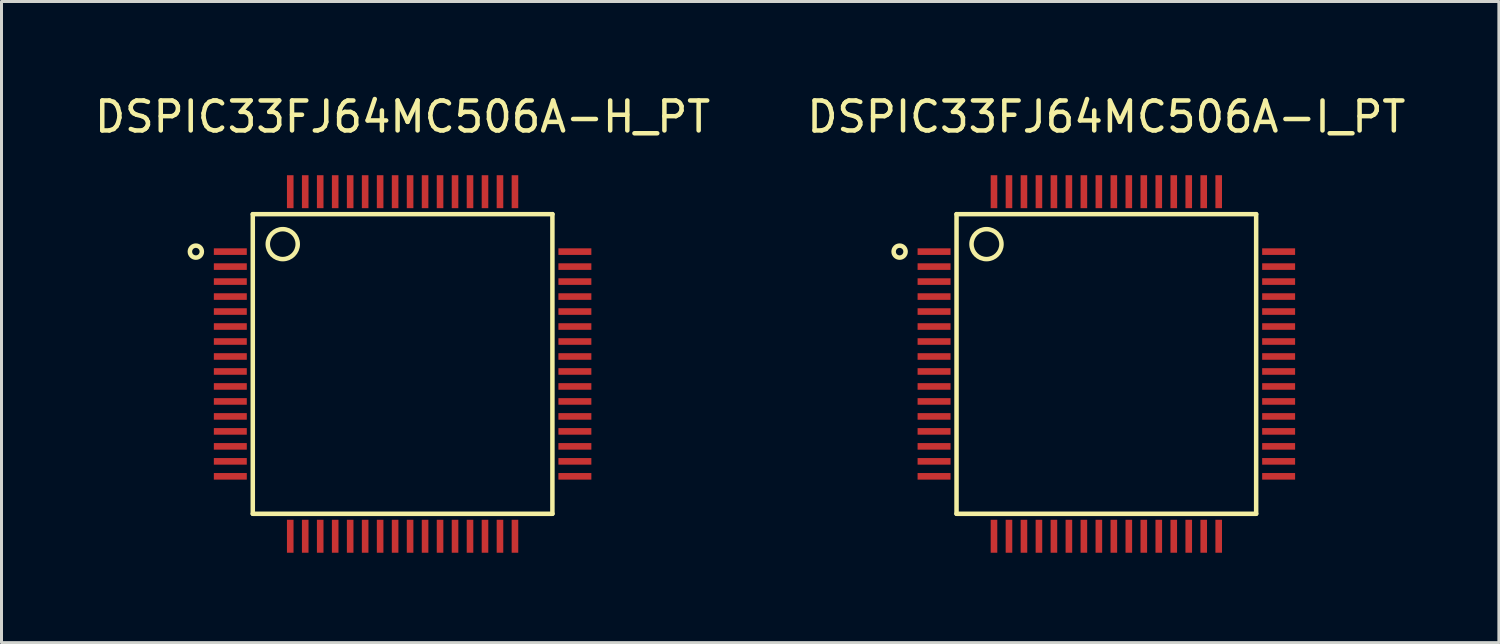
<source format=kicad_pcb>
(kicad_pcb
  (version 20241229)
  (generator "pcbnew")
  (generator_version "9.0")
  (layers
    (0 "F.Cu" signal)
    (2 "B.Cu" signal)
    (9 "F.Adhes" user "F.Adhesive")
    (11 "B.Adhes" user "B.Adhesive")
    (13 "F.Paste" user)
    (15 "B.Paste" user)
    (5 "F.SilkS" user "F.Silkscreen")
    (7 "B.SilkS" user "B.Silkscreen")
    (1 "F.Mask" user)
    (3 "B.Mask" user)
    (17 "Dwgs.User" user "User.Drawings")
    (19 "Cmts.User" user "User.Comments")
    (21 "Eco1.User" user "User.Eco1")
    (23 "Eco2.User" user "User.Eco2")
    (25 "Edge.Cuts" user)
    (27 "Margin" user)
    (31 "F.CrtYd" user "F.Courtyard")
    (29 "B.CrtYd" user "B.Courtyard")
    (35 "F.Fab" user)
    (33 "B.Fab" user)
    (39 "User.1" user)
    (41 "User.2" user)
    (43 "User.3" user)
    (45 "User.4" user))
  (footprint "DSPIC33FJ64MC506A-I_PT"
    (layer "F.Cu")
    (at 28.125 3.348)
    (property "Reference" "DSPIC33FJ64MC506A-I_PT" (at 5.75 -2.5 0) (layer "F.SilkS") (effects (font (size 1 1) (thickness 0.15))))
    (attr through_hole)
    (fp_line (start 0.75 0.75) (end 0.75 10.75) (stroke (width 0.15) (type solid)) (layer "F.SilkS"))
    (fp_line (start 0.75 0.75) (end 10.75 0.75) (stroke (width 0.15) (type solid)) (layer "F.SilkS"))
    (fp_line (start 0.75 10.75) (end 10.75 10.75) (stroke (width 0.15) (type solid)) (layer "F.SilkS"))
    (fp_line (start 10.75 10.75) (end 10.75 0.75) (stroke (width 0.15) (type solid)) (layer "F.SilkS"))
    (fp_circle (center -1.15 2) (end -1.15 1.8) (stroke (width 0.15) (type solid)) (fill no) (layer "F.SilkS"))
    (fp_circle (center 1.75 1.75) (end 1.75 1.25) (stroke (width 0.15) (type solid)) (fill no) (layer "F.SilkS"))
    (pad "1" smd rect (at 0 2) (size 1.1 0.22) (layers "F.Cu" "F.Mask" "F.Paste"))
    (pad "2" smd rect (at 0 2.5) (size 1.1 0.22) (layers "F.Cu" "F.Mask" "F.Paste"))
    (pad "3" smd rect (at 0 3) (size 1.1 0.22) (layers "F.Cu" "F.Mask" "F.Paste"))
    (pad "4" smd rect (at 0 3.5) (size 1.1 0.22) (layers "F.Cu" "F.Mask" "F.Paste"))
    (pad "5" smd rect (at 0 4) (size 1.1 0.22) (layers "F.Cu" "F.Mask" "F.Paste"))
    (pad "6" smd rect (at 0 4.5) (size 1.1 0.22) (layers "F.Cu" "F.Mask" "F.Paste"))
    (pad "7" smd rect (at 0 5) (size 1.1 0.22) (layers "F.Cu" "F.Mask" "F.Paste"))
    (pad "8" smd rect (at 0 5.5) (size 1.1 0.22) (layers "F.Cu" "F.Mask" "F.Paste"))
    (pad "9" smd rect (at 0 6) (size 1.1 0.22) (layers "F.Cu" "F.Mask" "F.Paste"))
    (pad "10" smd rect (at 0 6.5) (size 1.1 0.22) (layers "F.Cu" "F.Mask" "F.Paste"))
    (pad "11" smd rect (at 0 7) (size 1.1 0.22) (layers "F.Cu" "F.Mask" "F.Paste"))
    (pad "12" smd rect (at 0 7.5) (size 1.1 0.22) (layers "F.Cu" "F.Mask" "F.Paste"))
    (pad "13" smd rect (at 0 8) (size 1.1 0.22) (layers "F.Cu" "F.Mask" "F.Paste"))
    (pad "14" smd rect (at 0 8.5) (size 1.1 0.22) (layers "F.Cu" "F.Mask" "F.Paste"))
    (pad "15" smd rect (at 0 9) (size 1.1 0.22) (layers "F.Cu" "F.Mask" "F.Paste"))
    (pad "16" smd rect (at 0 9.5) (size 1.1 0.22) (layers "F.Cu" "F.Mask" "F.Paste"))
    (pad "17" smd rect (at 2 11.5) (size 0.22 1.1) (layers "F.Cu" "F.Mask" "F.Paste"))
    (pad "18" smd rect (at 2.5 11.5) (size 0.22 1.1) (layers "F.Cu" "F.Mask" "F.Paste"))
    (pad "19" smd rect (at 3 11.5) (size 0.22 1.1) (layers "F.Cu" "F.Mask" "F.Paste"))
    (pad "20" smd rect (at 3.5 11.5) (size 0.22 1.1) (layers "F.Cu" "F.Mask" "F.Paste"))
    (pad "21" smd rect (at 4 11.5) (size 0.22 1.1) (layers "F.Cu" "F.Mask" "F.Paste"))
    (pad "22" smd rect (at 4.5 11.5) (size 0.22 1.1) (layers "F.Cu" "F.Mask" "F.Paste"))
    (pad "23" smd rect (at 5 11.5) (size 0.22 1.1) (layers "F.Cu" "F.Mask" "F.Paste"))
    (pad "24" smd rect (at 5.5 11.5) (size 0.22 1.1) (layers "F.Cu" "F.Mask" "F.Paste"))
    (pad "25" smd rect (at 6 11.5) (size 0.22 1.1) (layers "F.Cu" "F.Mask" "F.Paste"))
    (pad "26" smd rect (at 6.5 11.5) (size 0.22 1.1) (layers "F.Cu" "F.Mask" "F.Paste"))
    (pad "27" smd rect (at 7 11.5) (size 0.22 1.1) (layers "F.Cu" "F.Mask" "F.Paste"))
    (pad "28" smd rect (at 7.5 11.5) (size 0.22 1.1) (layers "F.Cu" "F.Mask" "F.Paste"))
    (pad "29" smd rect (at 8 11.5) (size 0.22 1.1) (layers "F.Cu" "F.Mask" "F.Paste"))
    (pad "30" smd rect (at 8.5 11.5) (size 0.22 1.1) (layers "F.Cu" "F.Mask" "F.Paste"))
    (pad "31" smd rect (at 9 11.5) (size 0.22 1.1) (layers "F.Cu" "F.Mask" "F.Paste"))
    (pad "32" smd rect (at 9.5 11.5) (size 0.22 1.1) (layers "F.Cu" "F.Mask" "F.Paste"))
    (pad "33" smd rect (at 11.5 9.5) (size 1.1 0.22) (layers "F.Cu" "F.Mask" "F.Paste"))
    (pad "34" smd rect (at 11.5 9) (size 1.1 0.22) (layers "F.Cu" "F.Mask" "F.Paste"))
    (pad "35" smd rect (at 11.5 8.5) (size 1.1 0.22) (layers "F.Cu" "F.Mask" "F.Paste"))
    (pad "36" smd rect (at 11.5 8) (size 1.1 0.22) (layers "F.Cu" "F.Mask" "F.Paste"))
    (pad "37" smd rect (at 11.5 7.5) (size 1.1 0.22) (layers "F.Cu" "F.Mask" "F.Paste"))
    (pad "38" smd rect (at 11.5 7) (size 1.1 0.22) (layers "F.Cu" "F.Mask" "F.Paste"))
    (pad "39" smd rect (at 11.5 6.5) (size 1.1 0.22) (layers "F.Cu" "F.Mask" "F.Paste"))
    (pad "40" smd rect (at 11.5 6) (size 1.1 0.22) (layers "F.Cu" "F.Mask" "F.Paste"))
    (pad "41" smd rect (at 11.5 5.5) (size 1.1 0.22) (layers "F.Cu" "F.Mask" "F.Paste"))
    (pad "42" smd rect (at 11.5 5) (size 1.1 0.22) (layers "F.Cu" "F.Mask" "F.Paste"))
    (pad "43" smd rect (at 11.5 4.5) (size 1.1 0.22) (layers "F.Cu" "F.Mask" "F.Paste"))
    (pad "44" smd rect (at 11.5 4) (size 1.1 0.22) (layers "F.Cu" "F.Mask" "F.Paste"))
    (pad "45" smd rect (at 11.5 3.5) (size 1.1 0.22) (layers "F.Cu" "F.Mask" "F.Paste"))
    (pad "46" smd rect (at 11.5 3) (size 1.1 0.22) (layers "F.Cu" "F.Mask" "F.Paste"))
    (pad "47" smd rect (at 11.5 2.5) (size 1.1 0.22) (layers "F.Cu" "F.Mask" "F.Paste"))
    (pad "48" smd rect (at 11.5 2) (size 1.1 0.22) (layers "F.Cu" "F.Mask" "F.Paste"))
    (pad "49" smd rect (at 9.5 0) (size 0.22 1.1) (layers "F.Cu" "F.Mask" "F.Paste"))
    (pad "50" smd rect (at 9 0) (size 0.22 1.1) (layers "F.Cu" "F.Mask" "F.Paste"))
    (pad "51" smd rect (at 8.5 0) (size 0.22 1.1) (layers "F.Cu" "F.Mask" "F.Paste"))
    (pad "52" smd rect (at 8 0) (size 0.22 1.1) (layers "F.Cu" "F.Mask" "F.Paste"))
    (pad "53" smd rect (at 7.5 0) (size 0.22 1.1) (layers "F.Cu" "F.Mask" "F.Paste"))
    (pad "54" smd rect (at 7 0) (size 0.22 1.1) (layers "F.Cu" "F.Mask" "F.Paste"))
    (pad "55" smd rect (at 6.5 0) (size 0.22 1.1) (layers "F.Cu" "F.Mask" "F.Paste"))
    (pad "56" smd rect (at 6 0) (size 0.22 1.1) (layers "F.Cu" "F.Mask" "F.Paste"))
    (pad "57" smd rect (at 5.5 0) (size 0.22 1.1) (layers "F.Cu" "F.Mask" "F.Paste"))
    (pad "58" smd rect (at 5 0) (size 0.22 1.1) (layers "F.Cu" "F.Mask" "F.Paste"))
    (pad "59" smd rect (at 4.5 0) (size 0.22 1.1) (layers "F.Cu" "F.Mask" "F.Paste"))
    (pad "60" smd rect (at 4 0) (size 0.22 1.1) (layers "F.Cu" "F.Mask" "F.Paste"))
    (pad "61" smd rect (at 3.5 0) (size 0.22 1.1) (layers "F.Cu" "F.Mask" "F.Paste"))
    (pad "62" smd rect (at 3 0) (size 0.22 1.1) (layers "F.Cu" "F.Mask" "F.Paste"))
    (pad "63" smd rect (at 2.5 0) (size 0.22 1.1) (layers "F.Cu" "F.Mask" "F.Paste"))
    (pad "64" smd rect (at 2 0) (size 0.22 1.1) (layers "F.Cu" "F.Mask" "F.Paste")))
  (footprint "DSPIC33FJ64MC506A-H_PT"
    (layer "F.Cu")
    (at 4.637 3.348)
    (property "Reference" "DSPIC33FJ64MC506A-H_PT" (at 5.75 -2.5 0) (layer "F.SilkS") (effects (font (size 1 1) (thickness 0.15))))
    (attr through_hole)
    (fp_line (start 0.75 0.75) (end 0.75 10.75) (stroke (width 0.15) (type solid)) (layer "F.SilkS"))
    (fp_line (start 0.75 0.75) (end 10.75 0.75) (stroke (width 0.15) (type solid)) (layer "F.SilkS"))
    (fp_line (start 0.75 10.75) (end 10.75 10.75) (stroke (width 0.15) (type solid)) (layer "F.SilkS"))
    (fp_line (start 10.75 10.75) (end 10.75 0.75) (stroke (width 0.15) (type solid)) (layer "F.SilkS"))
    (fp_circle (center -1.15 2) (end -1.15 1.8) (stroke (width 0.15) (type solid)) (fill no) (layer "F.SilkS"))
    (fp_circle (center 1.75 1.75) (end 1.75 1.25) (stroke (width 0.15) (type solid)) (fill no) (layer "F.SilkS"))
    (pad "1" smd rect (at 0 2) (size 1.1 0.22) (layers "F.Cu" "F.Mask" "F.Paste"))
    (pad "2" smd rect (at 0 2.5) (size 1.1 0.22) (layers "F.Cu" "F.Mask" "F.Paste"))
    (pad "3" smd rect (at 0 3) (size 1.1 0.22) (layers "F.Cu" "F.Mask" "F.Paste"))
    (pad "4" smd rect (at 0 3.5) (size 1.1 0.22) (layers "F.Cu" "F.Mask" "F.Paste"))
    (pad "5" smd rect (at 0 4) (size 1.1 0.22) (layers "F.Cu" "F.Mask" "F.Paste"))
    (pad "6" smd rect (at 0 4.5) (size 1.1 0.22) (layers "F.Cu" "F.Mask" "F.Paste"))
    (pad "7" smd rect (at 0 5) (size 1.1 0.22) (layers "F.Cu" "F.Mask" "F.Paste"))
    (pad "8" smd rect (at 0 5.5) (size 1.1 0.22) (layers "F.Cu" "F.Mask" "F.Paste"))
    (pad "9" smd rect (at 0 6) (size 1.1 0.22) (layers "F.Cu" "F.Mask" "F.Paste"))
    (pad "10" smd rect (at 0 6.5) (size 1.1 0.22) (layers "F.Cu" "F.Mask" "F.Paste"))
    (pad "11" smd rect (at 0 7) (size 1.1 0.22) (layers "F.Cu" "F.Mask" "F.Paste"))
    (pad "12" smd rect (at 0 7.5) (size 1.1 0.22) (layers "F.Cu" "F.Mask" "F.Paste"))
    (pad "13" smd rect (at 0 8) (size 1.1 0.22) (layers "F.Cu" "F.Mask" "F.Paste"))
    (pad "14" smd rect (at 0 8.5) (size 1.1 0.22) (layers "F.Cu" "F.Mask" "F.Paste"))
    (pad "15" smd rect (at 0 9) (size 1.1 0.22) (layers "F.Cu" "F.Mask" "F.Paste"))
    (pad "16" smd rect (at 0 9.5) (size 1.1 0.22) (layers "F.Cu" "F.Mask" "F.Paste"))
    (pad "17" smd rect (at 2 11.5) (size 0.22 1.1) (layers "F.Cu" "F.Mask" "F.Paste"))
    (pad "18" smd rect (at 2.5 11.5) (size 0.22 1.1) (layers "F.Cu" "F.Mask" "F.Paste"))
    (pad "19" smd rect (at 3 11.5) (size 0.22 1.1) (layers "F.Cu" "F.Mask" "F.Paste"))
    (pad "20" smd rect (at 3.5 11.5) (size 0.22 1.1) (layers "F.Cu" "F.Mask" "F.Paste"))
    (pad "21" smd rect (at 4 11.5) (size 0.22 1.1) (layers "F.Cu" "F.Mask" "F.Paste"))
    (pad "22" smd rect (at 4.5 11.5) (size 0.22 1.1) (layers "F.Cu" "F.Mask" "F.Paste"))
    (pad "23" smd rect (at 5 11.5) (size 0.22 1.1) (layers "F.Cu" "F.Mask" "F.Paste"))
    (pad "24" smd rect (at 5.5 11.5) (size 0.22 1.1) (layers "F.Cu" "F.Mask" "F.Paste"))
    (pad "25" smd rect (at 6 11.5) (size 0.22 1.1) (layers "F.Cu" "F.Mask" "F.Paste"))
    (pad "26" smd rect (at 6.5 11.5) (size 0.22 1.1) (layers "F.Cu" "F.Mask" "F.Paste"))
    (pad "27" smd rect (at 7 11.5) (size 0.22 1.1) (layers "F.Cu" "F.Mask" "F.Paste"))
    (pad "28" smd rect (at 7.5 11.5) (size 0.22 1.1) (layers "F.Cu" "F.Mask" "F.Paste"))
    (pad "29" smd rect (at 8 11.5) (size 0.22 1.1) (layers "F.Cu" "F.Mask" "F.Paste"))
    (pad "30" smd rect (at 8.5 11.5) (size 0.22 1.1) (layers "F.Cu" "F.Mask" "F.Paste"))
    (pad "31" smd rect (at 9 11.5) (size 0.22 1.1) (layers "F.Cu" "F.Mask" "F.Paste"))
    (pad "32" smd rect (at 9.5 11.5) (size 0.22 1.1) (layers "F.Cu" "F.Mask" "F.Paste"))
    (pad "33" smd rect (at 11.5 9.5) (size 1.1 0.22) (layers "F.Cu" "F.Mask" "F.Paste"))
    (pad "34" smd rect (at 11.5 9) (size 1.1 0.22) (layers "F.Cu" "F.Mask" "F.Paste"))
    (pad "35" smd rect (at 11.5 8.5) (size 1.1 0.22) (layers "F.Cu" "F.Mask" "F.Paste"))
    (pad "36" smd rect (at 11.5 8) (size 1.1 0.22) (layers "F.Cu" "F.Mask" "F.Paste"))
    (pad "37" smd rect (at 11.5 7.5) (size 1.1 0.22) (layers "F.Cu" "F.Mask" "F.Paste"))
    (pad "38" smd rect (at 11.5 7) (size 1.1 0.22) (layers "F.Cu" "F.Mask" "F.Paste"))
    (pad "39" smd rect (at 11.5 6.5) (size 1.1 0.22) (layers "F.Cu" "F.Mask" "F.Paste"))
    (pad "40" smd rect (at 11.5 6) (size 1.1 0.22) (layers "F.Cu" "F.Mask" "F.Paste"))
    (pad "41" smd rect (at 11.5 5.5) (size 1.1 0.22) (layers "F.Cu" "F.Mask" "F.Paste"))
    (pad "42" smd rect (at 11.5 5) (size 1.1 0.22) (layers "F.Cu" "F.Mask" "F.Paste"))
    (pad "43" smd rect (at 11.5 4.5) (size 1.1 0.22) (layers "F.Cu" "F.Mask" "F.Paste"))
    (pad "44" smd rect (at 11.5 4) (size 1.1 0.22) (layers "F.Cu" "F.Mask" "F.Paste"))
    (pad "45" smd rect (at 11.5 3.5) (size 1.1 0.22) (layers "F.Cu" "F.Mask" "F.Paste"))
    (pad "46" smd rect (at 11.5 3) (size 1.1 0.22) (layers "F.Cu" "F.Mask" "F.Paste"))
    (pad "47" smd rect (at 11.5 2.5) (size 1.1 0.22) (layers "F.Cu" "F.Mask" "F.Paste"))
    (pad "48" smd rect (at 11.5 2) (size 1.1 0.22) (layers "F.Cu" "F.Mask" "F.Paste"))
    (pad "49" smd rect (at 9.5 0) (size 0.22 1.1) (layers "F.Cu" "F.Mask" "F.Paste"))
    (pad "50" smd rect (at 9 0) (size 0.22 1.1) (layers "F.Cu" "F.Mask" "F.Paste"))
    (pad "51" smd rect (at 8.5 0) (size 0.22 1.1) (layers "F.Cu" "F.Mask" "F.Paste"))
    (pad "52" smd rect (at 8 0) (size 0.22 1.1) (layers "F.Cu" "F.Mask" "F.Paste"))
    (pad "53" smd rect (at 7.5 0) (size 0.22 1.1) (layers "F.Cu" "F.Mask" "F.Paste"))
    (pad "54" smd rect (at 7 0) (size 0.22 1.1) (layers "F.Cu" "F.Mask" "F.Paste"))
    (pad "55" smd rect (at 6.5 0) (size 0.22 1.1) (layers "F.Cu" "F.Mask" "F.Paste"))
    (pad "56" smd rect (at 6 0) (size 0.22 1.1) (layers "F.Cu" "F.Mask" "F.Paste"))
    (pad "57" smd rect (at 5.5 0) (size 0.22 1.1) (layers "F.Cu" "F.Mask" "F.Paste"))
    (pad "58" smd rect (at 5 0) (size 0.22 1.1) (layers "F.Cu" "F.Mask" "F.Paste"))
    (pad "59" smd rect (at 4.5 0) (size 0.22 1.1) (layers "F.Cu" "F.Mask" "F.Paste"))
    (pad "60" smd rect (at 4 0) (size 0.22 1.1) (layers "F.Cu" "F.Mask" "F.Paste"))
    (pad "61" smd rect (at 3.5 0) (size 0.22 1.1) (layers "F.Cu" "F.Mask" "F.Paste"))
    (pad "62" smd rect (at 3 0) (size 0.22 1.1) (layers "F.Cu" "F.Mask" "F.Paste"))
    (pad "63" smd rect (at 2.5 0) (size 0.22 1.1) (layers "F.Cu" "F.Mask" "F.Paste"))
    (pad "64" smd rect (at 2 0) (size 0.22 1.1) (layers "F.Cu" "F.Mask" "F.Paste")))
  (gr_rect
    (start -3 -3)
    (end 46.976 18.398)
    (stroke (width 0.1) (type default))
    (fill no)
    (layer "Edge.Cuts")))
</source>
